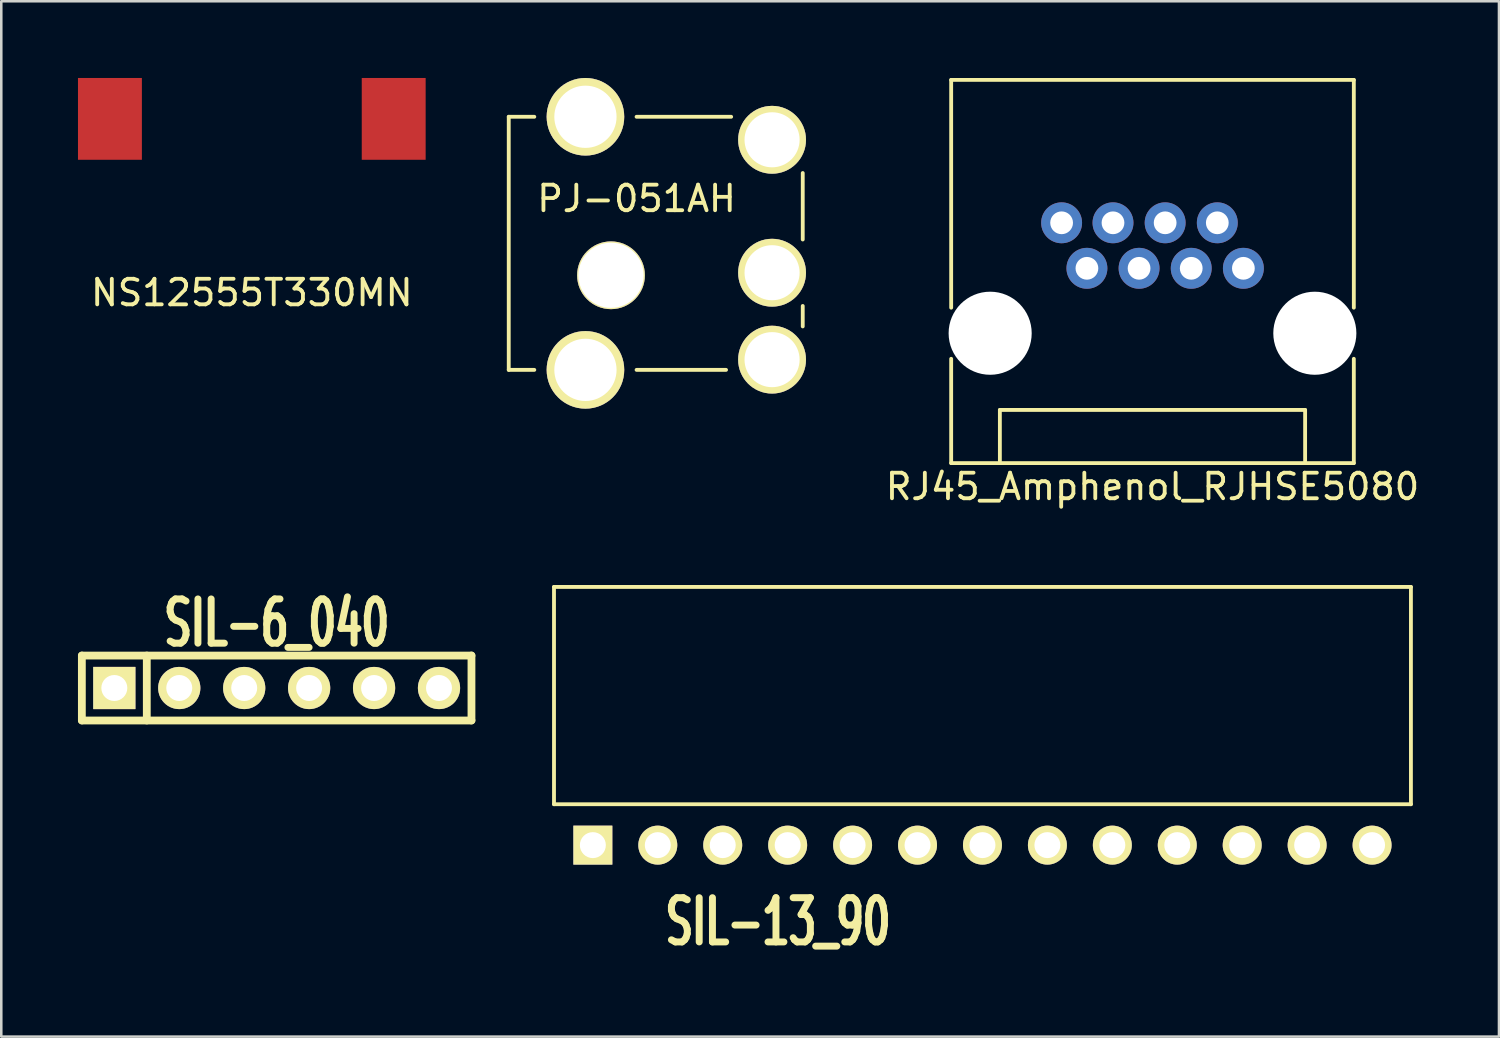
<source format=kicad_pcb>
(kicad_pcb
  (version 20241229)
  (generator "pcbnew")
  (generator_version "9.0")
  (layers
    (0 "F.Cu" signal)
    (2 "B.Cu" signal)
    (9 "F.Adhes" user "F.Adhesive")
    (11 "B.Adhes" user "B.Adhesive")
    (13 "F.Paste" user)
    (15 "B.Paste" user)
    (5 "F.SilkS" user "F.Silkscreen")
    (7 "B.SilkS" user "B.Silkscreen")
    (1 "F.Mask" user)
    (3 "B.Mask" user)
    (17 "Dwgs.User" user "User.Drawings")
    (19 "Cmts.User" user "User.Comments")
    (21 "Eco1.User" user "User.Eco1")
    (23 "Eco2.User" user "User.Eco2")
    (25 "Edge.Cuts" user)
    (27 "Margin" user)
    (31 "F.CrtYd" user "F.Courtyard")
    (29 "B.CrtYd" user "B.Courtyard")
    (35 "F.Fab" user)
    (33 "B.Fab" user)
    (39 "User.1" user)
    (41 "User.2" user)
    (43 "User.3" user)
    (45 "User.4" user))
  (footprint "SIL-13_90"
    (layer "F.Cu")
    (at 35.38 30.008)
    (property "Reference" "SIL-13_90" (at -8 3 0) (layer "F.SilkS") (effects (font (size 1.73 1.087) (thickness 0.272))))
    (attr through_hole)
    (fp_line (start -16.76 -10.1) (end 16.76 -10.1) (stroke (width 0.15) (type solid)) (layer "F.SilkS"))
    (fp_line (start -16.76 -1.6) (end -16.76 -10.1) (stroke (width 0.15) (type solid)) (layer "F.SilkS"))
    (fp_line (start 16.76 -10.1) (end 16.76 -1.6) (stroke (width 0.15) (type solid)) (layer "F.SilkS"))
    (fp_line (start 16.76 -1.6) (end -16.76 -1.6) (stroke (width 0.15) (type solid)) (layer "F.SilkS"))
    (pad "1" thru_hole rect (at -15.24 0) (size 1.524 1.524) (drill 1.016) (layers "*.Cu" "*.Mask" "F.SilkS"))
    (pad "2" thru_hole circle (at -12.7 0) (size 1.524 1.524) (drill 1.016) (layers "*.Cu" "*.Mask" "F.SilkS"))
    (pad "3" thru_hole circle (at -10.16 0) (size 1.524 1.524) (drill 1.016) (layers "*.Cu" "*.Mask" "F.SilkS"))
    (pad "4" thru_hole circle (at -7.62 0) (size 1.524 1.524) (drill 1.016) (layers "*.Cu" "*.Mask" "F.SilkS"))
    (pad "5" thru_hole circle (at -5.08 0) (size 1.524 1.524) (drill 1.016) (layers "*.Cu" "*.Mask" "F.SilkS"))
    (pad "6" thru_hole circle (at -2.54 0) (size 1.524 1.524) (drill 1.016) (layers "*.Cu" "*.Mask" "F.SilkS"))
    (pad "7" thru_hole circle (at 0 0) (size 1.524 1.524) (drill 1.016) (layers "*.Cu" "*.Mask" "F.SilkS"))
    (pad "8" thru_hole circle (at 2.54 0) (size 1.524 1.524) (drill 1.016) (layers "*.Cu" "*.Mask" "F.SilkS"))
    (pad "9" thru_hole circle (at 5.08 0) (size 1.524 1.524) (drill 1.016) (layers "*.Cu" "*.Mask" "F.SilkS"))
    (pad "10" thru_hole circle (at 7.62 0) (size 1.524 1.524) (drill 1.016) (layers "*.Cu" "*.Mask" "F.SilkS"))
    (pad "11" thru_hole circle (at 10.16 0) (size 1.524 1.524) (drill 1.016) (layers "*.Cu" "*.Mask" "F.SilkS"))
    (pad "12" thru_hole circle (at 12.7 0) (size 1.524 1.524) (drill 1.016) (layers "*.Cu" "*.Mask" "F.SilkS"))
    (pad "13" thru_hole circle (at 15.24 0) (size 1.524 1.524) (drill 1.016) (layers "*.Cu" "*.Mask" "F.SilkS")))
  (footprint "RJ45_Amphenol_RJHSE5080"
    (layer "F.Cu")
    (at 42.031 9.985)
    (property "Reference" "RJ45_Amphenol_RJHSE5080" (at 0 6 0) (layer "F.SilkS") (effects (font (size 1 1) (thickness 0.15))))
    (attr through_hole)
    (fp_line (start -7.875 -9.91) (end 7.875 -9.91) (stroke (width 0.15) (type solid)) (layer "F.SilkS"))
    (fp_line (start -7.875 -1) (end -7.875 -9.91) (stroke (width 0.15) (type solid)) (layer "F.SilkS"))
    (fp_line (start -7.875 5.08) (end -7.875 1) (stroke (width 0.15) (type solid)) (layer "F.SilkS"))
    (fp_line (start -5.97 3) (end -5.97 5) (stroke (width 0.15) (type solid)) (layer "F.SilkS"))
    (fp_line (start -5.97 3) (end 5.97 3) (stroke (width 0.15) (type solid)) (layer "F.SilkS"))
    (fp_line (start 5.97 5) (end 5.97 3) (stroke (width 0.15) (type solid)) (layer "F.SilkS"))
    (fp_line (start 7.875 -9.91) (end 7.875 -1) (stroke (width 0.15) (type solid)) (layer "F.SilkS"))
    (fp_line (start 7.875 5.08) (end -7.875 5.08) (stroke (width 0.15) (type solid)) (layer "F.SilkS"))
    (fp_line (start 7.875 5.08) (end 7.875 1) (stroke (width 0.15) (type solid)) (layer "F.SilkS"))
    (pad "" np_thru_hole circle (at -6.35 0) (size 3.25 3.25) (drill 3.25) (layers "*.Cu" "*.Mask"))
    (pad "" np_thru_hole circle (at 6.35 0) (size 3.25 3.25) (drill 3.25) (layers "*.Cu" "*.Mask"))
    (pad "1" thru_hole circle (at 3.555 -2.54) (size 1.6 1.6) (drill 0.89) (layers "*.Cu" "*.Mask"))
    (pad "2" thru_hole circle (at 2.535 -4.32) (size 1.6 1.6) (drill 0.89) (layers "*.Cu" "*.Mask"))
    (pad "3" thru_hole circle (at 1.515 -2.54) (size 1.6 1.6) (drill 0.89) (layers "*.Cu" "*.Mask"))
    (pad "4" thru_hole circle (at 0.495 -4.32) (size 1.6 1.6) (drill 0.89) (layers "*.Cu" "*.Mask"))
    (pad "5" thru_hole circle (at -0.525 -2.54) (size 1.6 1.6) (drill 0.89) (layers "*.Cu" "*.Mask"))
    (pad "6" thru_hole circle (at -1.545 -4.32) (size 1.6 1.6) (drill 0.89) (layers "*.Cu" "*.Mask"))
    (pad "7" thru_hole circle (at -2.565 -2.54) (size 1.6 1.6) (drill 0.89) (layers "*.Cu" "*.Mask"))
    (pad "8" thru_hole circle (at -3.555 -4.32) (size 1.6 1.6) (drill 0.89) (layers "*.Cu" "*.Mask")))
  (footprint "PJ-051AH"
    (layer "F.Cu")
    (at 16.85 7.718)
    (property "Reference" "PJ-051AH" (at 5 -3 0) (layer "F.SilkS") (effects (font (size 1 1) (thickness 0.15))))
    (attr through_hole)
    (fp_line (start 0 -6.2) (end 1 -6.2) (stroke (width 0.15) (type solid)) (layer "F.SilkS"))
    (fp_line (start 0 3.7) (end 0 -6.2) (stroke (width 0.15) (type solid)) (layer "F.SilkS"))
    (fp_line (start 0 3.7) (end 1 3.7) (stroke (width 0.15) (type solid)) (layer "F.SilkS"))
    (fp_line (start 5 -6.2) (end 8.7 -6.2) (stroke (width 0.15) (type solid)) (layer "F.SilkS"))
    (fp_line (start 5 3.7) (end 8.5 3.7) (stroke (width 0.15) (type solid)) (layer "F.SilkS"))
    (fp_line (start 11.5 -4) (end 11.5 -1.4) (stroke (width 0.15) (type solid)) (layer "F.SilkS"))
    (fp_line (start 11.5 1.2) (end 11.5 2) (stroke (width 0.15) (type solid)) (layer "F.SilkS"))
    (pad "" np_thru_hole circle (at 4 0) (size 2.65 2.65) (drill 2.55) (layers "*.Cu" "*.Mask" "F.SilkS"))
    (pad "1" thru_hole circle (at 10.3 3.3) (size 2.654 2.654) (drill 2.154) (layers "*.Cu" "*.Mask" "F.SilkS"))
    (pad "2" thru_hole circle (at 10.3 -5.3) (size 2.654 2.654) (drill 2.154) (layers "*.Cu" "*.Mask" "F.SilkS"))
    (pad "3" thru_hole circle (at 10.3 -0.1) (size 2.654 2.654) (drill 2.154) (layers "*.Cu" "*.Mask" "F.SilkS"))
    (pad "4" thru_hole circle (at 3 3.7) (size 3.035 3.035) (drill 2.435) (layers "*.Cu" "*.Mask" "F.SilkS"))
    (pad "5" thru_hole circle (at 3 -6.2) (size 3.035 3.035) (drill 2.435) (layers "*.Cu" "*.Mask" "F.SilkS")))
  (footprint "SIL-6_040"
    (layer "F.Cu")
    (at 7.772 23.862)
    (property "Reference" "SIL-6_040" (at 0 -2.54 0) (layer "F.SilkS") (effects (font (size 1.73 1.087) (thickness 0.305))))
    (attr through_hole)
    (fp_line (start -7.62 -1.27) (end 7.62 -1.27) (stroke (width 0.305) (type solid)) (layer "F.SilkS"))
    (fp_line (start -7.62 1.27) (end -7.62 -1.27) (stroke (width 0.305) (type solid)) (layer "F.SilkS"))
    (fp_line (start -5.08 1.27) (end -5.08 -1.27) (stroke (width 0.305) (type solid)) (layer "F.SilkS"))
    (fp_line (start 7.62 -1.27) (end 7.62 1.27) (stroke (width 0.305) (type solid)) (layer "F.SilkS"))
    (fp_line (start 7.62 1.27) (end -7.62 1.27) (stroke (width 0.305) (type solid)) (layer "F.SilkS"))
    (pad "1" thru_hole rect (at -6.35 0) (size 1.651 1.651) (drill 1.016) (layers "*.Cu" "*.Mask" "F.SilkS"))
    (pad "2" thru_hole circle (at -3.81 0) (size 1.651 1.651) (drill 1.016) (layers "*.Cu" "*.Mask" "F.SilkS"))
    (pad "3" thru_hole circle (at -1.27 0) (size 1.651 1.651) (drill 1.016) (layers "*.Cu" "*.Mask" "F.SilkS"))
    (pad "4" thru_hole circle (at 1.27 0) (size 1.651 1.651) (drill 1.016) (layers "*.Cu" "*.Mask" "F.SilkS"))
    (pad "5" thru_hole circle (at 3.81 0) (size 1.651 1.651) (drill 1.016) (layers "*.Cu" "*.Mask" "F.SilkS"))
    (pad "6" thru_hole circle (at 6.35 0) (size 1.651 1.651) (drill 1.016) (layers "*.Cu" "*.Mask" "F.SilkS")))
  (footprint "NS12555T330MN"
    (layer "F.Cu")
    (at 6.8 1.6)
    (property "Reference" "NS12555T330MN" (at 0 6.8 0) (layer "F.SilkS") (effects (font (size 1 1) (thickness 0.15))))
    (attr through_hole)
    (pad "1" smd rect (at -5.55 0) (size 2.5 3.2) (layers "F.Cu" "F.Mask" "F.Paste"))
    (pad "2" smd rect (at 5.55 0) (size 2.5 3.2) (layers "F.Cu" "F.Mask" "F.Paste")))
  (gr_rect
    (start -3 -3)
    (end 55.584 37.497)
    (stroke (width 0.1) (type default))
    (fill no)
    (layer "Edge.Cuts")))
</source>
